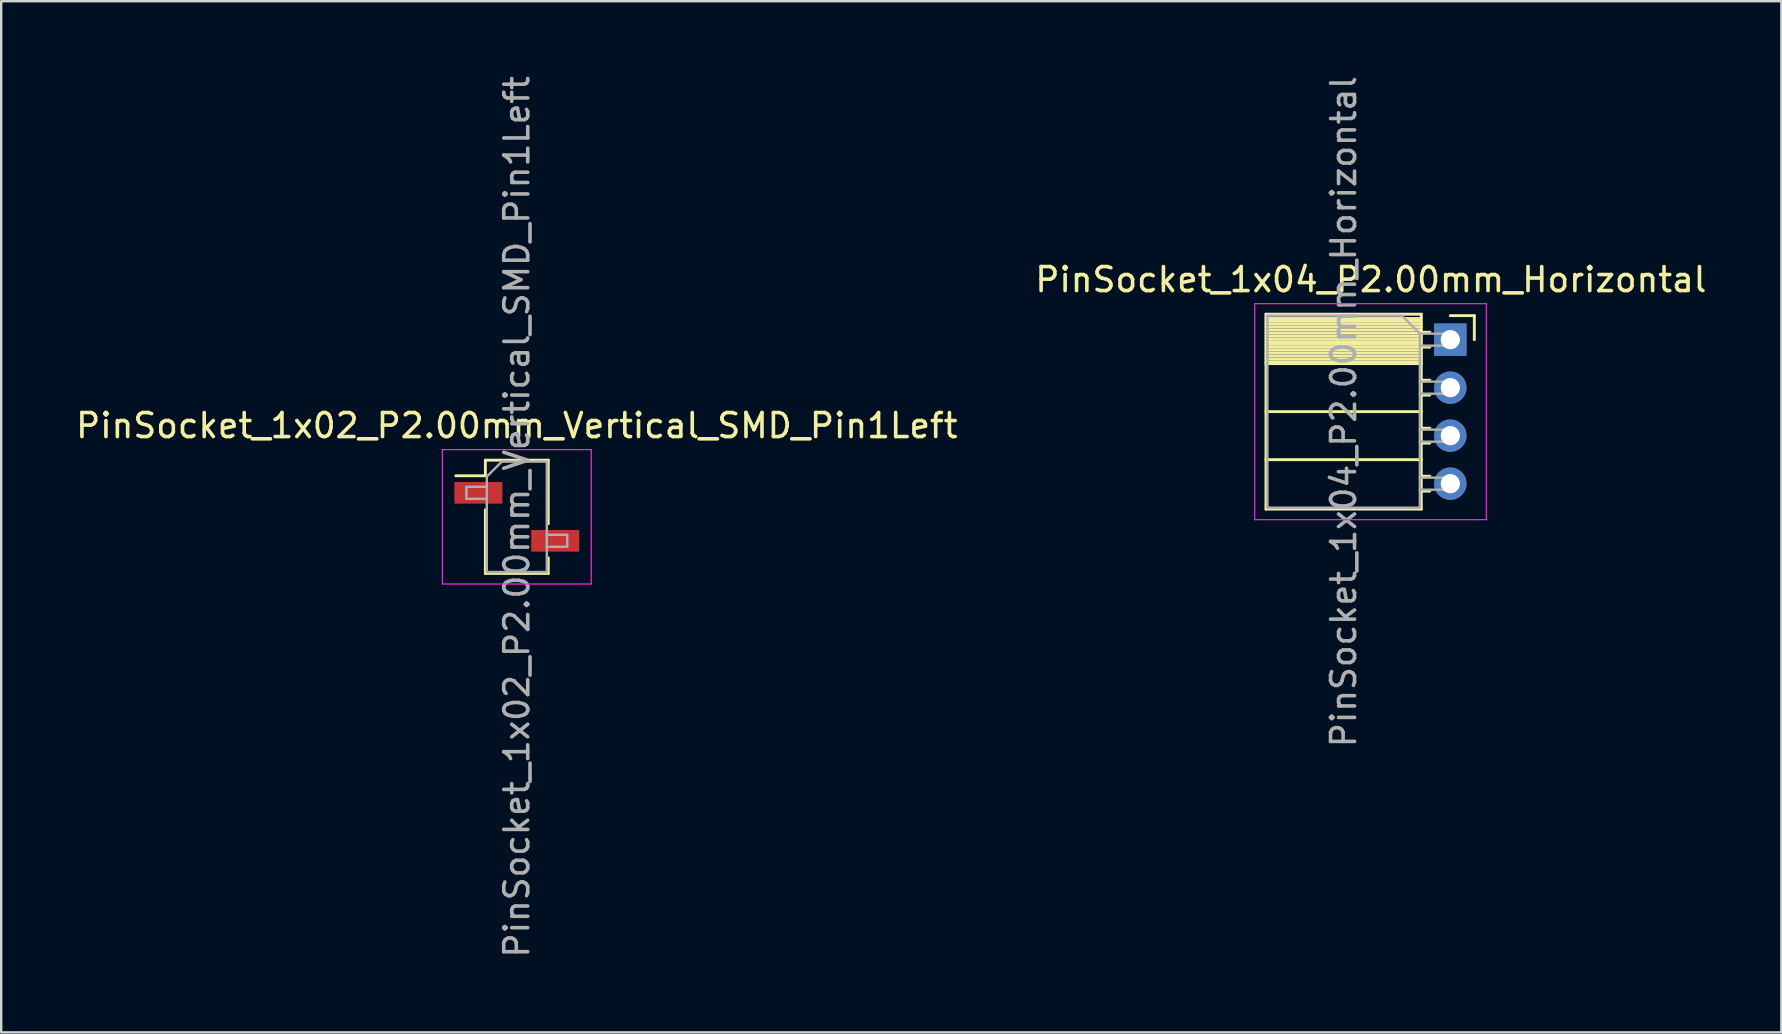
<source format=kicad_pcb>
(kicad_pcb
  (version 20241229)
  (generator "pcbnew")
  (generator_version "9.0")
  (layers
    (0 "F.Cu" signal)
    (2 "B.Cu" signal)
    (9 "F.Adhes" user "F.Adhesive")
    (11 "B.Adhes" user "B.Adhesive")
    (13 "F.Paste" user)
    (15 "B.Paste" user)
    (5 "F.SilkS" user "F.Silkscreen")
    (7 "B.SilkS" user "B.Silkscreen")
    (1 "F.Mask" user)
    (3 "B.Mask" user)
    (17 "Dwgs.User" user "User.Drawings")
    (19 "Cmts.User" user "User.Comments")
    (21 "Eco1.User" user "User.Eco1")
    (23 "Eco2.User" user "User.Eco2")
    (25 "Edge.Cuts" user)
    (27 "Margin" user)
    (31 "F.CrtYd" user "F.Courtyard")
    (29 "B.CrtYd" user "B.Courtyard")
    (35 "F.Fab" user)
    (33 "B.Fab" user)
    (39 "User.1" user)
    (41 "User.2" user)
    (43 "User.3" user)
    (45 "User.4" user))
  (footprint "PinSocket_1x04_P2.00mm_Horizontal"
    (layer "F.Cu")
    (at 57.375 11.101)
    (property "Reference" "PinSocket_1x04_P2.00mm_Horizontal" (at -3.31 -2.5 0) (layer "F.SilkS") (effects (font (size 1 1) (thickness 0.15))))
    (attr through_hole)
    (fp_line (start -7.68 -1.06) (end -1.21 -1.06) (stroke (width 0.12) (type solid)) (layer "F.SilkS"))
    (fp_line (start -7.68 -0.88) (end -1.21 -0.88) (stroke (width 0.12) (type solid)) (layer "F.SilkS"))
    (fp_line (start -7.68 -0.76) (end -1.21 -0.76) (stroke (width 0.12) (type solid)) (layer "F.SilkS"))
    (fp_line (start -7.68 -0.64) (end -1.21 -0.64) (stroke (width 0.12) (type solid)) (layer "F.SilkS"))
    (fp_line (start -7.68 -0.52) (end -1.21 -0.52) (stroke (width 0.12) (type solid)) (layer "F.SilkS"))
    (fp_line (start -7.68 -0.4) (end -1.21 -0.4) (stroke (width 0.12) (type solid)) (layer "F.SilkS"))
    (fp_line (start -7.68 -0.28) (end -1.21 -0.28) (stroke (width 0.12) (type solid)) (layer "F.SilkS"))
    (fp_line (start -7.68 -0.16) (end -1.21 -0.16) (stroke (width 0.12) (type solid)) (layer "F.SilkS"))
    (fp_line (start -7.68 -0.04) (end -1.21 -0.04) (stroke (width 0.12) (type solid)) (layer "F.SilkS"))
    (fp_line (start -7.68 0.08) (end -1.21 0.08) (stroke (width 0.12) (type solid)) (layer "F.SilkS"))
    (fp_line (start -7.68 0.2) (end -1.21 0.2) (stroke (width 0.12) (type solid)) (layer "F.SilkS"))
    (fp_line (start -7.68 0.32) (end -1.21 0.32) (stroke (width 0.12) (type solid)) (layer "F.SilkS"))
    (fp_line (start -7.68 0.44) (end -1.21 0.44) (stroke (width 0.12) (type solid)) (layer "F.SilkS"))
    (fp_line (start -7.68 0.56) (end -1.21 0.56) (stroke (width 0.12) (type solid)) (layer "F.SilkS"))
    (fp_line (start -7.68 0.68) (end -1.21 0.68) (stroke (width 0.12) (type solid)) (layer "F.SilkS"))
    (fp_line (start -7.68 0.8) (end -1.21 0.8) (stroke (width 0.12) (type solid)) (layer "F.SilkS"))
    (fp_line (start -7.68 0.92) (end -1.21 0.92) (stroke (width 0.12) (type solid)) (layer "F.SilkS"))
    (fp_line (start -7.68 1) (end -1.21 1) (stroke (width 0.12) (type solid)) (layer "F.SilkS"))
    (fp_line (start -7.68 3) (end -1.21 3) (stroke (width 0.12) (type solid)) (layer "F.SilkS"))
    (fp_line (start -7.68 5) (end -1.21 5) (stroke (width 0.12) (type solid)) (layer "F.SilkS"))
    (fp_line (start -7.68 7.06) (end -7.68 -1.06) (stroke (width 0.12) (type solid)) (layer "F.SilkS"))
    (fp_line (start -1.21 -1.06) (end -1.21 7.06) (stroke (width 0.12) (type solid)) (layer "F.SilkS"))
    (fp_line (start -1.21 -0.31) (end -0.855 -0.31) (stroke (width 0.12) (type solid)) (layer "F.SilkS"))
    (fp_line (start -1.21 1.69) (end -0.855 1.69) (stroke (width 0.12) (type solid)) (layer "F.SilkS"))
    (fp_line (start -1.21 3.69) (end -0.855 3.69) (stroke (width 0.12) (type solid)) (layer "F.SilkS"))
    (fp_line (start -1.21 5.69) (end -0.855 5.69) (stroke (width 0.12) (type solid)) (layer "F.SilkS"))
    (fp_line (start -1.21 7.06) (end -7.68 7.06) (stroke (width 0.12) (type solid)) (layer "F.SilkS"))
    (fp_line (start -0.855 0.31) (end -1.21 0.31) (stroke (width 0.12) (type solid)) (layer "F.SilkS"))
    (fp_line (start -0.855 2.31) (end -1.21 2.31) (stroke (width 0.12) (type solid)) (layer "F.SilkS"))
    (fp_line (start -0.855 4.31) (end -1.21 4.31) (stroke (width 0.12) (type solid)) (layer "F.SilkS"))
    (fp_line (start -0.855 6.31) (end -1.21 6.31) (stroke (width 0.12) (type solid)) (layer "F.SilkS"))
    (fp_line (start 0 -1) (end 1 -1) (stroke (width 0.12) (type solid)) (layer "F.SilkS"))
    (fp_line (start 1 -1) (end 1 0) (stroke (width 0.12) (type solid)) (layer "F.SilkS"))
    (fp_line (start -8.15 -1.5) (end -8.15 7.5) (stroke (width 0.05) (type solid)) (layer "F.CrtYd"))
    (fp_line (start -8.15 7.5) (end 1.5 7.5) (stroke (width 0.05) (type solid)) (layer "F.CrtYd"))
    (fp_line (start 1.5 -1.5) (end -8.15 -1.5) (stroke (width 0.05) (type solid)) (layer "F.CrtYd"))
    (fp_line (start 1.5 7.5) (end 1.5 -1.5) (stroke (width 0.05) (type solid)) (layer "F.CrtYd"))
    (fp_line (start -7.62 -1) (end -2.02 -1) (stroke (width 0.1) (type solid)) (layer "F.Fab"))
    (fp_line (start -7.62 7) (end -7.62 -1) (stroke (width 0.1) (type solid)) (layer "F.Fab"))
    (fp_line (start -2.02 -1) (end -1.27 -0.25) (stroke (width 0.1) (type solid)) (layer "F.Fab"))
    (fp_line (start -1.27 -0.25) (end -1.27 7) (stroke (width 0.1) (type solid)) (layer "F.Fab"))
    (fp_line (start -1.27 0.25) (end 0 0.25) (stroke (width 0.1) (type solid)) (layer "F.Fab"))
    (fp_line (start -1.27 2.25) (end 0 2.25) (stroke (width 0.1) (type solid)) (layer "F.Fab"))
    (fp_line (start -1.27 4.25) (end 0 4.25) (stroke (width 0.1) (type solid)) (layer "F.Fab"))
    (fp_line (start -1.27 6.25) (end 0 6.25) (stroke (width 0.1) (type solid)) (layer "F.Fab"))
    (fp_line (start -1.27 7) (end -7.62 7) (stroke (width 0.1) (type solid)) (layer "F.Fab"))
    (fp_line (start 0 -0.25) (end -1.27 -0.25) (stroke (width 0.1) (type solid)) (layer "F.Fab"))
    (fp_line (start 0 0.25) (end 0 -0.25) (stroke (width 0.1) (type solid)) (layer "F.Fab"))
    (fp_line (start 0 1.75) (end -1.27 1.75) (stroke (width 0.1) (type solid)) (layer "F.Fab"))
    (fp_line (start 0 2.25) (end 0 1.75) (stroke (width 0.1) (type solid)) (layer "F.Fab"))
    (fp_line (start 0 3.75) (end -1.27 3.75) (stroke (width 0.1) (type solid)) (layer "F.Fab"))
    (fp_line (start 0 4.25) (end 0 3.75) (stroke (width 0.1) (type solid)) (layer "F.Fab"))
    (fp_line (start 0 5.75) (end -1.27 5.75) (stroke (width 0.1) (type solid)) (layer "F.Fab"))
    (fp_line (start 0 6.25) (end 0 5.75) (stroke (width 0.1) (type solid)) (layer "F.Fab"))
    (fp_text user "${REFERENCE}" (at -4.445 3 90) (layer "F.Fab") (effects (font (size 1 1) (thickness 0.15))))
    (pad "1" thru_hole rect (at 0 0) (size 1.35 1.35) (drill 0.8) (layers "*.Cu" "*.Mask"))
    (pad "2" thru_hole oval (at 0 2) (size 1.35 1.35) (drill 0.8) (layers "*.Cu" "*.Mask"))
    (pad "3" thru_hole oval (at 0 4) (size 1.35 1.35) (drill 0.8) (layers "*.Cu" "*.Mask"))
    (pad "4" thru_hole oval (at 0 6) (size 1.35 1.35) (drill 0.8) (layers "*.Cu" "*.Mask")))
  (footprint "PinSocket_1x02_P2.00mm_Vertical_SMD_Pin1Left"
    (layer "F.Cu")
    (at 18.482 18.482)
    (property "Reference" "PinSocket_1x02_P2.00mm_Vertical_SMD_Pin1Left" (at 0 -3.8 0) (layer "F.SilkS") (effects (font (size 1 1) (thickness 0.15))))
    (attr smd)
    (fp_line (start -2.54 -1.71) (end -1.31 -1.71) (stroke (width 0.12) (type solid)) (layer "F.SilkS"))
    (fp_line (start -1.31 -2.36) (end -1.31 -1.71) (stroke (width 0.12) (type solid)) (layer "F.SilkS"))
    (fp_line (start -1.31 -2.36) (end 1.31 -2.36) (stroke (width 0.12) (type solid)) (layer "F.SilkS"))
    (fp_line (start -1.31 -0.29) (end -1.31 2.36) (stroke (width 0.12) (type solid)) (layer "F.SilkS"))
    (fp_line (start -1.31 2.36) (end 1.31 2.36) (stroke (width 0.12) (type solid)) (layer "F.SilkS"))
    (fp_line (start 1.31 -2.36) (end 1.31 0.29) (stroke (width 0.12) (type solid)) (layer "F.SilkS"))
    (fp_line (start 1.31 1.71) (end 1.31 2.36) (stroke (width 0.12) (type solid)) (layer "F.SilkS"))
    (fp_line (start -3.1 -2.8) (end 3.1 -2.8) (stroke (width 0.05) (type solid)) (layer "F.CrtYd"))
    (fp_line (start -3.1 2.8) (end -3.1 -2.8) (stroke (width 0.05) (type solid)) (layer "F.CrtYd"))
    (fp_line (start 3.1 -2.8) (end 3.1 2.8) (stroke (width 0.05) (type solid)) (layer "F.CrtYd"))
    (fp_line (start 3.1 2.8) (end -3.1 2.8) (stroke (width 0.05) (type solid)) (layer "F.CrtYd"))
    (fp_line (start -2.1 -1.25) (end -1.25 -1.25) (stroke (width 0.1) (type solid)) (layer "F.Fab"))
    (fp_line (start -2.1 -0.75) (end -2.1 -1.25) (stroke (width 0.1) (type solid)) (layer "F.Fab"))
    (fp_line (start -1.25 -1.675) (end -0.625 -2.3) (stroke (width 0.1) (type solid)) (layer "F.Fab"))
    (fp_line (start -1.25 -0.75) (end -2.1 -0.75) (stroke (width 0.1) (type solid)) (layer "F.Fab"))
    (fp_line (start -1.25 2.3) (end -1.25 -1.675) (stroke (width 0.1) (type solid)) (layer "F.Fab"))
    (fp_line (start -0.625 -2.3) (end 1.25 -2.3) (stroke (width 0.1) (type solid)) (layer "F.Fab"))
    (fp_line (start 1.25 -2.3) (end 1.25 2.3) (stroke (width 0.1) (type solid)) (layer "F.Fab"))
    (fp_line (start 1.25 0.75) (end 2.1 0.75) (stroke (width 0.1) (type solid)) (layer "F.Fab"))
    (fp_line (start 1.25 2.3) (end -1.25 2.3) (stroke (width 0.1) (type solid)) (layer "F.Fab"))
    (fp_line (start 2.1 0.75) (end 2.1 1.25) (stroke (width 0.1) (type solid)) (layer "F.Fab"))
    (fp_line (start 2.1 1.25) (end 1.25 1.25) (stroke (width 0.1) (type solid)) (layer "F.Fab"))
    (fp_text user "${REFERENCE}" (at 0 0 90) (layer "F.Fab") (effects (font (size 1 1) (thickness 0.15))))
    (pad "1" smd rect (at -1.6 -1) (size 2 0.9) (layers "F.Cu" "F.Mask" "F.Paste"))
    (pad "2" smd rect (at 1.6 1) (size 2 0.9) (layers "F.Cu" "F.Mask" "F.Paste")))
  (gr_rect
    (start -3 -3)
    (end 71.167 39.964)
    (stroke (width 0.1) (type default))
    (fill no)
    (layer "Edge.Cuts")))
</source>
